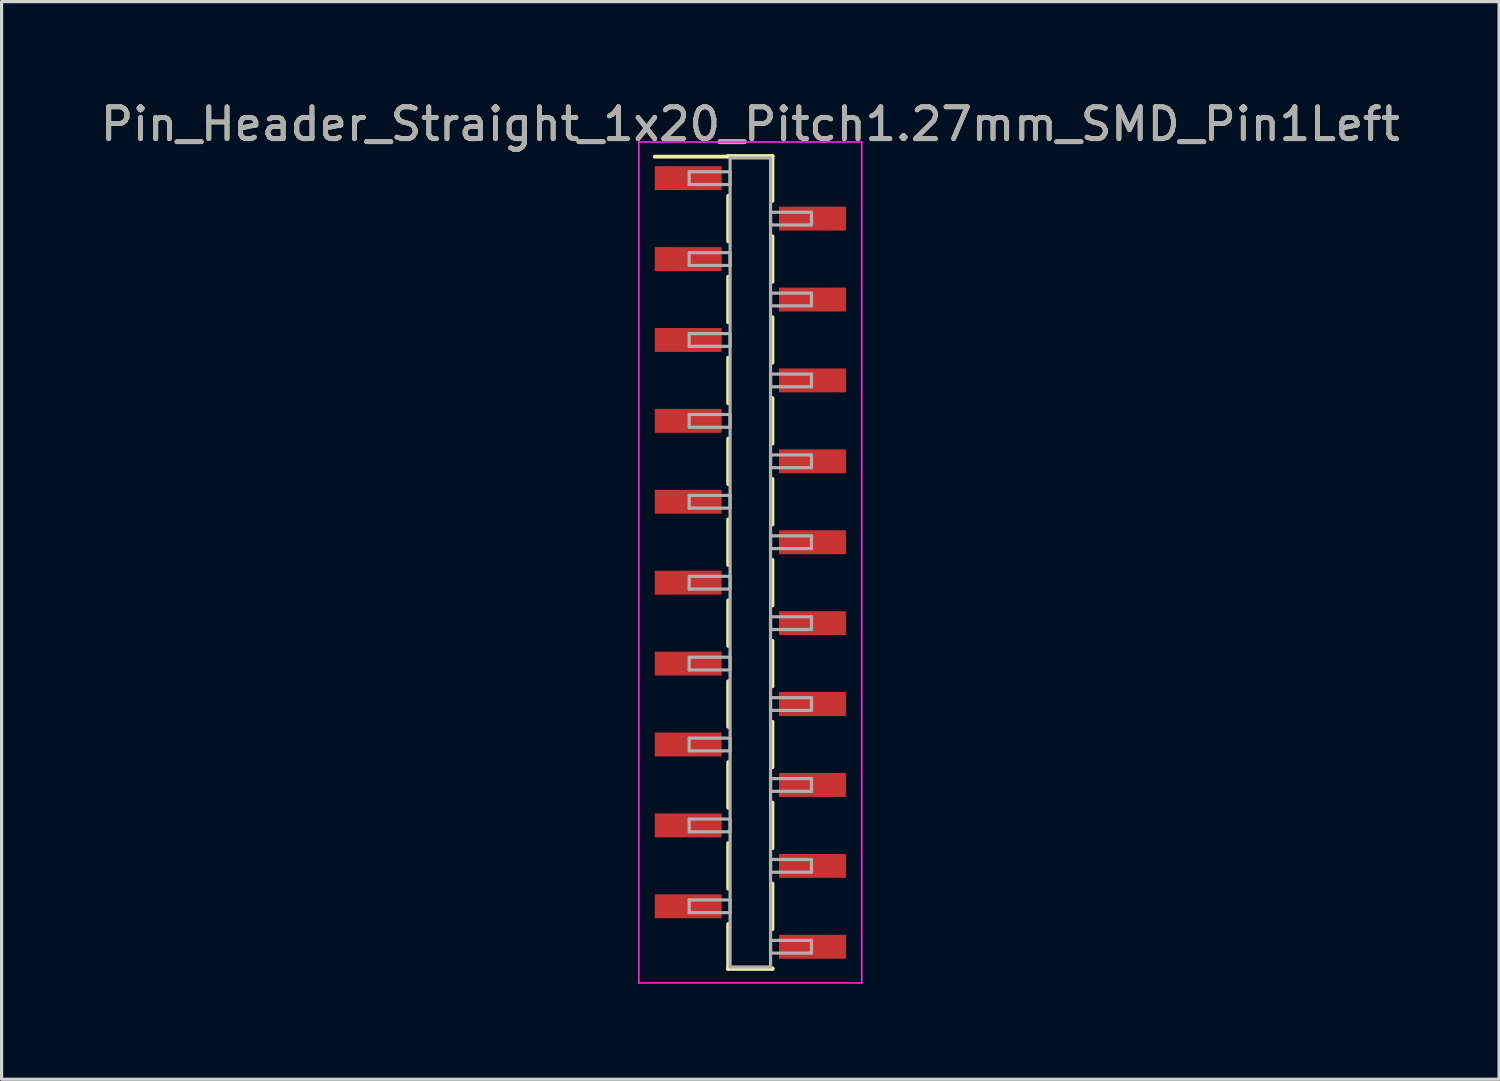
<source format=kicad_pcb>
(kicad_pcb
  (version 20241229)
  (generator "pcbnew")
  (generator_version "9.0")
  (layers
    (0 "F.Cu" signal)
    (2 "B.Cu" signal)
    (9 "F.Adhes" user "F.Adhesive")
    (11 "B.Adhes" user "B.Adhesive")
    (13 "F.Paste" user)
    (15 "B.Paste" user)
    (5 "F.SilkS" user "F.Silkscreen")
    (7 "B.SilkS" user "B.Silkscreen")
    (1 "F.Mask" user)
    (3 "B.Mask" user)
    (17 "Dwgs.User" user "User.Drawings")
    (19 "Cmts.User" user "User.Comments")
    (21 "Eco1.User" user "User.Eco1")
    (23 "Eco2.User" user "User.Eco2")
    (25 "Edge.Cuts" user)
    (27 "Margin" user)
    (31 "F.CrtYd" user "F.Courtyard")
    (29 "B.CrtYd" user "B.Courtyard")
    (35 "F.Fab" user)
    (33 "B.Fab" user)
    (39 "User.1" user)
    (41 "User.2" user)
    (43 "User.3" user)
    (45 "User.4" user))
  (footprint "Pin_Header_Straight_1x20_Pitch1.27mm_SMD_Pin1Left"
    (layer "F.Cu")
    (at 20.506 14.608)
    (property "Reference" "Pin_Header_Straight_1x20_Pitch1.27mm_SMD_Pin1Left" (at 0 -13.76 0) (layer "F.SilkS") (effects (font (size 1 1) (thickness 0.15))))
    (attr smd)
    (fp_line (start -0.695 -12.76) (end 0.695 -12.76) (stroke (width 0.12) (type solid)) (layer "F.SilkS"))
    (fp_line (start -0.695 -12.74) (end -3 -12.74) (stroke (width 0.12) (type solid)) (layer "F.SilkS"))
    (fp_line (start -0.695 -12.74) (end -0.695 -12.76) (stroke (width 0.12) (type solid)) (layer "F.SilkS"))
    (fp_line (start -0.695 -11.51) (end -0.695 -10.08) (stroke (width 0.12) (type solid)) (layer "F.SilkS"))
    (fp_line (start -0.695 -8.97) (end -0.695 -7.54) (stroke (width 0.12) (type solid)) (layer "F.SilkS"))
    (fp_line (start -0.695 -6.43) (end -0.695 -5) (stroke (width 0.12) (type solid)) (layer "F.SilkS"))
    (fp_line (start -0.695 -3.89) (end -0.695 -2.46) (stroke (width 0.12) (type solid)) (layer "F.SilkS"))
    (fp_line (start -0.695 -1.35) (end -0.695 0.08) (stroke (width 0.12) (type solid)) (layer "F.SilkS"))
    (fp_line (start -0.695 1.19) (end -0.695 2.62) (stroke (width 0.12) (type solid)) (layer "F.SilkS"))
    (fp_line (start -0.695 3.73) (end -0.695 5.16) (stroke (width 0.12) (type solid)) (layer "F.SilkS"))
    (fp_line (start -0.695 6.27) (end -0.695 7.7) (stroke (width 0.12) (type solid)) (layer "F.SilkS"))
    (fp_line (start -0.695 8.81) (end -0.695 10.24) (stroke (width 0.12) (type solid)) (layer "F.SilkS"))
    (fp_line (start -0.695 11.35) (end -0.695 12.76) (stroke (width 0.12) (type solid)) (layer "F.SilkS"))
    (fp_line (start -0.695 12.74) (end -0.695 12.76) (stroke (width 0.12) (type solid)) (layer "F.SilkS"))
    (fp_line (start -0.695 12.76) (end 0.695 12.76) (stroke (width 0.12) (type solid)) (layer "F.SilkS"))
    (fp_line (start 0.695 -12.76) (end 0.695 -12.74) (stroke (width 0.12) (type solid)) (layer "F.SilkS"))
    (fp_line (start 0.695 -12.76) (end 0.695 -11.35) (stroke (width 0.12) (type solid)) (layer "F.SilkS"))
    (fp_line (start 0.695 -10.24) (end 0.695 -8.81) (stroke (width 0.12) (type solid)) (layer "F.SilkS"))
    (fp_line (start 0.695 -7.7) (end 0.695 -6.27) (stroke (width 0.12) (type solid)) (layer "F.SilkS"))
    (fp_line (start 0.695 -5.16) (end 0.695 -3.73) (stroke (width 0.12) (type solid)) (layer "F.SilkS"))
    (fp_line (start 0.695 -2.62) (end 0.695 -1.19) (stroke (width 0.12) (type solid)) (layer "F.SilkS"))
    (fp_line (start 0.695 -0.08) (end 0.695 1.35) (stroke (width 0.12) (type solid)) (layer "F.SilkS"))
    (fp_line (start 0.695 2.46) (end 0.695 3.89) (stroke (width 0.12) (type solid)) (layer "F.SilkS"))
    (fp_line (start 0.695 5) (end 0.695 6.43) (stroke (width 0.12) (type solid)) (layer "F.SilkS"))
    (fp_line (start 0.695 7.54) (end 0.695 8.97) (stroke (width 0.12) (type solid)) (layer "F.SilkS"))
    (fp_line (start 0.695 10.08) (end 0.695 11.51) (stroke (width 0.12) (type solid)) (layer "F.SilkS"))
    (fp_line (start 0.695 12.76) (end 0.695 12.74) (stroke (width 0.12) (type solid)) (layer "F.SilkS"))
    (fp_line (start -3.5 -13.2) (end -3.5 13.2) (stroke (width 0.05) (type solid)) (layer "F.CrtYd"))
    (fp_line (start -3.5 13.2) (end 3.5 13.2) (stroke (width 0.05) (type solid)) (layer "F.CrtYd"))
    (fp_line (start 3.5 -13.2) (end -3.5 -13.2) (stroke (width 0.05) (type solid)) (layer "F.CrtYd"))
    (fp_line (start 3.5 13.2) (end 3.5 -13.2) (stroke (width 0.05) (type solid)) (layer "F.CrtYd"))
    (fp_line (start -1.92 -12.265) (end -0.635 -12.265) (stroke (width 0.1) (type solid)) (layer "F.Fab"))
    (fp_line (start -1.92 -11.865) (end -1.92 -12.265) (stroke (width 0.1) (type solid)) (layer "F.Fab"))
    (fp_line (start -1.92 -9.725) (end -0.635 -9.725) (stroke (width 0.1) (type solid)) (layer "F.Fab"))
    (fp_line (start -1.92 -9.325) (end -1.92 -9.725) (stroke (width 0.1) (type solid)) (layer "F.Fab"))
    (fp_line (start -1.92 -7.185) (end -0.635 -7.185) (stroke (width 0.1) (type solid)) (layer "F.Fab"))
    (fp_line (start -1.92 -6.785) (end -1.92 -7.185) (stroke (width 0.1) (type solid)) (layer "F.Fab"))
    (fp_line (start -1.92 -4.645) (end -0.635 -4.645) (stroke (width 0.1) (type solid)) (layer "F.Fab"))
    (fp_line (start -1.92 -4.245) (end -1.92 -4.645) (stroke (width 0.1) (type solid)) (layer "F.Fab"))
    (fp_line (start -1.92 -2.105) (end -0.635 -2.105) (stroke (width 0.1) (type solid)) (layer "F.Fab"))
    (fp_line (start -1.92 -1.705) (end -1.92 -2.105) (stroke (width 0.1) (type solid)) (layer "F.Fab"))
    (fp_line (start -1.92 0.435) (end -0.635 0.435) (stroke (width 0.1) (type solid)) (layer "F.Fab"))
    (fp_line (start -1.92 0.835) (end -1.92 0.435) (stroke (width 0.1) (type solid)) (layer "F.Fab"))
    (fp_line (start -1.92 2.975) (end -0.635 2.975) (stroke (width 0.1) (type solid)) (layer "F.Fab"))
    (fp_line (start -1.92 3.375) (end -1.92 2.975) (stroke (width 0.1) (type solid)) (layer "F.Fab"))
    (fp_line (start -1.92 5.515) (end -0.635 5.515) (stroke (width 0.1) (type solid)) (layer "F.Fab"))
    (fp_line (start -1.92 5.915) (end -1.92 5.515) (stroke (width 0.1) (type solid)) (layer "F.Fab"))
    (fp_line (start -1.92 8.055) (end -0.635 8.055) (stroke (width 0.1) (type solid)) (layer "F.Fab"))
    (fp_line (start -1.92 8.455) (end -1.92 8.055) (stroke (width 0.1) (type solid)) (layer "F.Fab"))
    (fp_line (start -1.92 10.595) (end -0.635 10.595) (stroke (width 0.1) (type solid)) (layer "F.Fab"))
    (fp_line (start -1.92 10.995) (end -1.92 10.595) (stroke (width 0.1) (type solid)) (layer "F.Fab"))
    (fp_line (start -0.635 -12.7) (end -0.635 12.7) (stroke (width 0.1) (type solid)) (layer "F.Fab"))
    (fp_line (start -0.635 -12.265) (end -0.635 -11.865) (stroke (width 0.1) (type solid)) (layer "F.Fab"))
    (fp_line (start -0.635 -11.865) (end -1.92 -11.865) (stroke (width 0.1) (type solid)) (layer "F.Fab"))
    (fp_line (start -0.635 -9.725) (end -0.635 -9.325) (stroke (width 0.1) (type solid)) (layer "F.Fab"))
    (fp_line (start -0.635 -9.325) (end -1.92 -9.325) (stroke (width 0.1) (type solid)) (layer "F.Fab"))
    (fp_line (start -0.635 -7.185) (end -0.635 -6.785) (stroke (width 0.1) (type solid)) (layer "F.Fab"))
    (fp_line (start -0.635 -6.785) (end -1.92 -6.785) (stroke (width 0.1) (type solid)) (layer "F.Fab"))
    (fp_line (start -0.635 -4.645) (end -0.635 -4.245) (stroke (width 0.1) (type solid)) (layer "F.Fab"))
    (fp_line (start -0.635 -4.245) (end -1.92 -4.245) (stroke (width 0.1) (type solid)) (layer "F.Fab"))
    (fp_line (start -0.635 -2.105) (end -0.635 -1.705) (stroke (width 0.1) (type solid)) (layer "F.Fab"))
    (fp_line (start -0.635 -1.705) (end -1.92 -1.705) (stroke (width 0.1) (type solid)) (layer "F.Fab"))
    (fp_line (start -0.635 0.435) (end -0.635 0.835) (stroke (width 0.1) (type solid)) (layer "F.Fab"))
    (fp_line (start -0.635 0.835) (end -1.92 0.835) (stroke (width 0.1) (type solid)) (layer "F.Fab"))
    (fp_line (start -0.635 2.975) (end -0.635 3.375) (stroke (width 0.1) (type solid)) (layer "F.Fab"))
    (fp_line (start -0.635 3.375) (end -1.92 3.375) (stroke (width 0.1) (type solid)) (layer "F.Fab"))
    (fp_line (start -0.635 5.515) (end -0.635 5.915) (stroke (width 0.1) (type solid)) (layer "F.Fab"))
    (fp_line (start -0.635 5.915) (end -1.92 5.915) (stroke (width 0.1) (type solid)) (layer "F.Fab"))
    (fp_line (start -0.635 8.055) (end -0.635 8.455) (stroke (width 0.1) (type solid)) (layer "F.Fab"))
    (fp_line (start -0.635 8.455) (end -1.92 8.455) (stroke (width 0.1) (type solid)) (layer "F.Fab"))
    (fp_line (start -0.635 10.595) (end -0.635 10.995) (stroke (width 0.1) (type solid)) (layer "F.Fab"))
    (fp_line (start -0.635 10.995) (end -1.92 10.995) (stroke (width 0.1) (type solid)) (layer "F.Fab"))
    (fp_line (start -0.635 12.7) (end 0.635 12.7) (stroke (width 0.1) (type solid)) (layer "F.Fab"))
    (fp_line (start 0.635 -12.7) (end -0.635 -12.7) (stroke (width 0.1) (type solid)) (layer "F.Fab"))
    (fp_line (start 0.635 -10.995) (end 0.635 -10.595) (stroke (width 0.1) (type solid)) (layer "F.Fab"))
    (fp_line (start 0.635 -10.595) (end 1.92 -10.595) (stroke (width 0.1) (type solid)) (layer "F.Fab"))
    (fp_line (start 0.635 -8.455) (end 0.635 -8.055) (stroke (width 0.1) (type solid)) (layer "F.Fab"))
    (fp_line (start 0.635 -8.055) (end 1.92 -8.055) (stroke (width 0.1) (type solid)) (layer "F.Fab"))
    (fp_line (start 0.635 -5.915) (end 0.635 -5.515) (stroke (width 0.1) (type solid)) (layer "F.Fab"))
    (fp_line (start 0.635 -5.515) (end 1.92 -5.515) (stroke (width 0.1) (type solid)) (layer "F.Fab"))
    (fp_line (start 0.635 -3.375) (end 0.635 -2.975) (stroke (width 0.1) (type solid)) (layer "F.Fab"))
    (fp_line (start 0.635 -2.975) (end 1.92 -2.975) (stroke (width 0.1) (type solid)) (layer "F.Fab"))
    (fp_line (start 0.635 -0.835) (end 0.635 -0.435) (stroke (width 0.1) (type solid)) (layer "F.Fab"))
    (fp_line (start 0.635 -0.435) (end 1.92 -0.435) (stroke (width 0.1) (type solid)) (layer "F.Fab"))
    (fp_line (start 0.635 1.705) (end 0.635 2.105) (stroke (width 0.1) (type solid)) (layer "F.Fab"))
    (fp_line (start 0.635 2.105) (end 1.92 2.105) (stroke (width 0.1) (type solid)) (layer "F.Fab"))
    (fp_line (start 0.635 4.245) (end 0.635 4.645) (stroke (width 0.1) (type solid)) (layer "F.Fab"))
    (fp_line (start 0.635 4.645) (end 1.92 4.645) (stroke (width 0.1) (type solid)) (layer "F.Fab"))
    (fp_line (start 0.635 6.785) (end 0.635 7.185) (stroke (width 0.1) (type solid)) (layer "F.Fab"))
    (fp_line (start 0.635 7.185) (end 1.92 7.185) (stroke (width 0.1) (type solid)) (layer "F.Fab"))
    (fp_line (start 0.635 9.325) (end 0.635 9.725) (stroke (width 0.1) (type solid)) (layer "F.Fab"))
    (fp_line (start 0.635 9.725) (end 1.92 9.725) (stroke (width 0.1) (type solid)) (layer "F.Fab"))
    (fp_line (start 0.635 11.865) (end 0.635 12.265) (stroke (width 0.1) (type solid)) (layer "F.Fab"))
    (fp_line (start 0.635 12.265) (end 1.92 12.265) (stroke (width 0.1) (type solid)) (layer "F.Fab"))
    (fp_line (start 0.635 12.7) (end 0.635 -12.7) (stroke (width 0.1) (type solid)) (layer "F.Fab"))
    (fp_line (start 1.92 -10.995) (end 0.635 -10.995) (stroke (width 0.1) (type solid)) (layer "F.Fab"))
    (fp_line (start 1.92 -10.595) (end 1.92 -10.995) (stroke (width 0.1) (type solid)) (layer "F.Fab"))
    (fp_line (start 1.92 -8.455) (end 0.635 -8.455) (stroke (width 0.1) (type solid)) (layer "F.Fab"))
    (fp_line (start 1.92 -8.055) (end 1.92 -8.455) (stroke (width 0.1) (type solid)) (layer "F.Fab"))
    (fp_line (start 1.92 -5.915) (end 0.635 -5.915) (stroke (width 0.1) (type solid)) (layer "F.Fab"))
    (fp_line (start 1.92 -5.515) (end 1.92 -5.915) (stroke (width 0.1) (type solid)) (layer "F.Fab"))
    (fp_line (start 1.92 -3.375) (end 0.635 -3.375) (stroke (width 0.1) (type solid)) (layer "F.Fab"))
    (fp_line (start 1.92 -2.975) (end 1.92 -3.375) (stroke (width 0.1) (type solid)) (layer "F.Fab"))
    (fp_line (start 1.92 -0.835) (end 0.635 -0.835) (stroke (width 0.1) (type solid)) (layer "F.Fab"))
    (fp_line (start 1.92 -0.435) (end 1.92 -0.835) (stroke (width 0.1) (type solid)) (layer "F.Fab"))
    (fp_line (start 1.92 1.705) (end 0.635 1.705) (stroke (width 0.1) (type solid)) (layer "F.Fab"))
    (fp_line (start 1.92 2.105) (end 1.92 1.705) (stroke (width 0.1) (type solid)) (layer "F.Fab"))
    (fp_line (start 1.92 4.245) (end 0.635 4.245) (stroke (width 0.1) (type solid)) (layer "F.Fab"))
    (fp_line (start 1.92 4.645) (end 1.92 4.245) (stroke (width 0.1) (type solid)) (layer "F.Fab"))
    (fp_line (start 1.92 6.785) (end 0.635 6.785) (stroke (width 0.1) (type solid)) (layer "F.Fab"))
    (fp_line (start 1.92 7.185) (end 1.92 6.785) (stroke (width 0.1) (type solid)) (layer "F.Fab"))
    (fp_line (start 1.92 9.325) (end 0.635 9.325) (stroke (width 0.1) (type solid)) (layer "F.Fab"))
    (fp_line (start 1.92 9.725) (end 1.92 9.325) (stroke (width 0.1) (type solid)) (layer "F.Fab"))
    (fp_line (start 1.92 11.865) (end 0.635 11.865) (stroke (width 0.1) (type solid)) (layer "F.Fab"))
    (fp_line (start 1.92 12.265) (end 1.92 11.865) (stroke (width 0.1) (type solid)) (layer "F.Fab"))
    (fp_text user "${REFERENCE}" (at 0 -13.76 0) (layer "F.Fab") (effects (font (size 1 1) (thickness 0.15))))
    (pad "1" smd rect (at -1.95 -12.065) (size 2.1 0.75) (layers "F.Cu" "F.Mask" "F.Paste"))
    (pad "2" smd rect (at 1.95 -10.795) (size 2.1 0.75) (layers "F.Cu" "F.Mask" "F.Paste"))
    (pad "3" smd rect (at -1.95 -9.525) (size 2.1 0.75) (layers "F.Cu" "F.Mask" "F.Paste"))
    (pad "4" smd rect (at 1.95 -8.255) (size 2.1 0.75) (layers "F.Cu" "F.Mask" "F.Paste"))
    (pad "5" smd rect (at -1.95 -6.985) (size 2.1 0.75) (layers "F.Cu" "F.Mask" "F.Paste"))
    (pad "6" smd rect (at 1.95 -5.715) (size 2.1 0.75) (layers "F.Cu" "F.Mask" "F.Paste"))
    (pad "7" smd rect (at -1.95 -4.445) (size 2.1 0.75) (layers "F.Cu" "F.Mask" "F.Paste"))
    (pad "8" smd rect (at 1.95 -3.175) (size 2.1 0.75) (layers "F.Cu" "F.Mask" "F.Paste"))
    (pad "9" smd rect (at -1.95 -1.905) (size 2.1 0.75) (layers "F.Cu" "F.Mask" "F.Paste"))
    (pad "10" smd rect (at 1.95 -0.635) (size 2.1 0.75) (layers "F.Cu" "F.Mask" "F.Paste"))
    (pad "11" smd rect (at -1.95 0.635) (size 2.1 0.75) (layers "F.Cu" "F.Mask" "F.Paste"))
    (pad "12" smd rect (at 1.95 1.905) (size 2.1 0.75) (layers "F.Cu" "F.Mask" "F.Paste"))
    (pad "13" smd rect (at -1.95 3.175) (size 2.1 0.75) (layers "F.Cu" "F.Mask" "F.Paste"))
    (pad "14" smd rect (at 1.95 4.445) (size 2.1 0.75) (layers "F.Cu" "F.Mask" "F.Paste"))
    (pad "15" smd rect (at -1.95 5.715) (size 2.1 0.75) (layers "F.Cu" "F.Mask" "F.Paste"))
    (pad "16" smd rect (at 1.95 6.985) (size 2.1 0.75) (layers "F.Cu" "F.Mask" "F.Paste"))
    (pad "17" smd rect (at -1.95 8.255) (size 2.1 0.75) (layers "F.Cu" "F.Mask" "F.Paste"))
    (pad "18" smd rect (at 1.95 9.525) (size 2.1 0.75) (layers "F.Cu" "F.Mask" "F.Paste"))
    (pad "19" smd rect (at -1.95 10.795) (size 2.1 0.75) (layers "F.Cu" "F.Mask" "F.Paste"))
    (pad "20" smd rect (at 1.95 12.065) (size 2.1 0.75) (layers "F.Cu" "F.Mask" "F.Paste")))
  (gr_rect
    (start -3 -3)
    (end 44.012 30.833)
    (stroke (width 0.1) (type default))
    (fill no)
    (layer "Edge.Cuts")))
</source>
